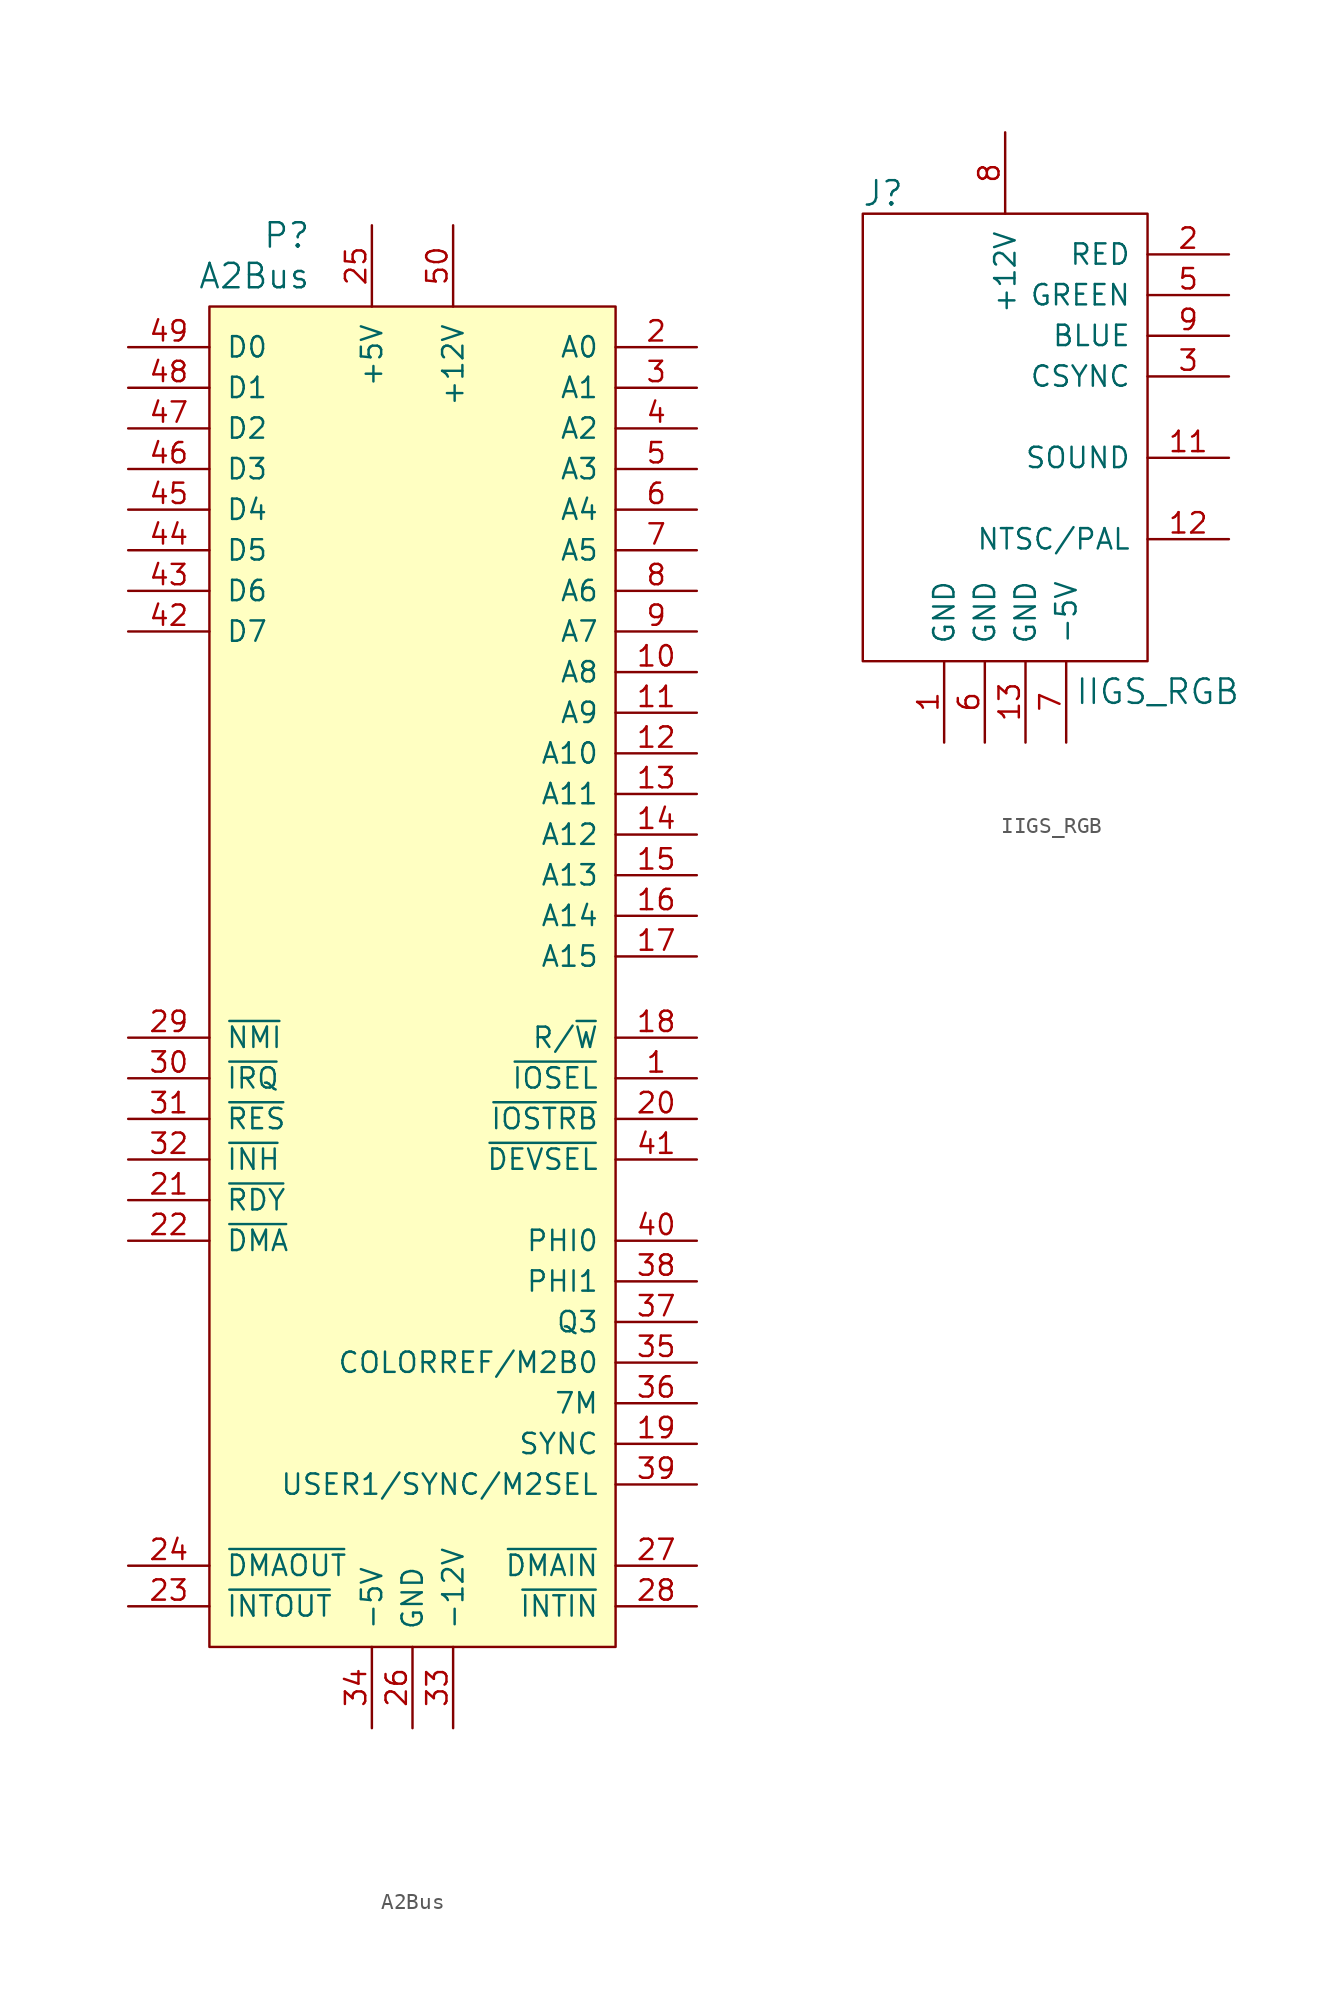
<source format=kicad_sym>
(kicad_symbol_lib
  (version 20220914)
  (generator kicad_symbol_editor)
  (symbol "A2Bus"
    (pin_names
      (offset 1.016))
    (property "Reference" "P"
      (at -6.35 45.085 0)
      (effects (font (size 1.524 1.524)) (justify right)))
    (property "Value" "A2Bus"
      (at -6.35 42.545 0)
      (effects (font (size 1.524 1.524)) (justify right)))
    (symbol "A2Bus_0_1"
      (rectangle (start -12.7 40.64) (end 12.7 -43.18) (stroke (width 0) (type solid)) (fill (type background))))
    (symbol "A2Bus_1_1"
      (pin output line (at 17.78 -7.62 180) (length 5.08) (name "~{IOSEL}" (effects (font (size 1.27 1.27)))) (number "1" (effects (font (size 1.27 1.27)))))
      (pin bidirectional line (at 17.78 17.78 180) (length 5.08) (name "A8" (effects (font (size 1.27 1.27)))) (number "10" (effects (font (size 1.27 1.27)))))
      (pin bidirectional line (at 17.78 15.24 180) (length 5.08) (name "A9" (effects (font (size 1.27 1.27)))) (number "11" (effects (font (size 1.27 1.27)))))
      (pin bidirectional line (at 17.78 12.7 180) (length 5.08) (name "A10" (effects (font (size 1.27 1.27)))) (number "12" (effects (font (size 1.27 1.27)))))
      (pin bidirectional line (at 17.78 10.16 180) (length 5.08) (name "A11" (effects (font (size 1.27 1.27)))) (number "13" (effects (font (size 1.27 1.27)))))
      (pin bidirectional line (at 17.78 7.62 180) (length 5.08) (name "A12" (effects (font (size 1.27 1.27)))) (number "14" (effects (font (size 1.27 1.27)))))
      (pin bidirectional line (at 17.78 5.08 180) (length 5.08) (name "A13" (effects (font (size 1.27 1.27)))) (number "15" (effects (font (size 1.27 1.27)))))
      (pin bidirectional line (at 17.78 2.54 180) (length 5.08) (name "A14" (effects (font (size 1.27 1.27)))) (number "16" (effects (font (size 1.27 1.27)))))
      (pin bidirectional line (at 17.78 0 180) (length 5.08) (name "A15" (effects (font (size 1.27 1.27)))) (number "17" (effects (font (size 1.27 1.27)))))
      (pin bidirectional line (at 17.78 -5.08 180) (length 5.08) (name "R/~{W}" (effects (font (size 1.27 1.27)))) (number "18" (effects (font (size 1.27 1.27)))))
      (pin output line (at 17.78 -30.48 180) (length 5.08) (name "SYNC" (effects (font (size 1.27 1.27)))) (number "19" (effects (font (size 1.27 1.27)))))
      (pin bidirectional line (at 17.78 38.1 180) (length 5.08) (name "A0" (effects (font (size 1.27 1.27)))) (number "2" (effects (font (size 1.27 1.27)))))
      (pin output line (at 17.78 -10.16 180) (length 5.08) (name "~{IOSTRB}" (effects (font (size 1.27 1.27)))) (number "20" (effects (font (size 1.27 1.27)))))
      (pin input line (at -17.78 -15.24 0) (length 5.08) (name "~{RDY}" (effects (font (size 1.27 1.27)))) (number "21" (effects (font (size 1.27 1.27)))))
      (pin input line (at -17.78 -17.78 0) (length 5.08) (name "~{DMA}" (effects (font (size 1.27 1.27)))) (number "22" (effects (font (size 1.27 1.27)))))
      (pin input line (at -17.78 -40.64 0) (length 5.08) (name "~{INTOUT}" (effects (font (size 1.27 1.27)))) (number "23" (effects (font (size 1.27 1.27)))))
      (pin input line (at -17.78 -38.1 0) (length 5.08) (name "~{DMAOUT}" (effects (font (size 1.27 1.27)))) (number "24" (effects (font (size 1.27 1.27)))))
      (pin power_out line (at -2.54 45.72 270) (length 5.08) (name "+5V" (effects (font (size 1.27 1.27)))) (number "25" (effects (font (size 1.27 1.27)))))
      (pin power_out line (at 0 -48.26 90) (length 5.08) (name "GND" (effects (font (size 1.27 1.27)))) (number "26" (effects (font (size 1.27 1.27)))))
      (pin output line (at 17.78 -38.1 180) (length 5.08) (name "~{DMAIN}" (effects (font (size 1.27 1.27)))) (number "27" (effects (font (size 1.27 1.27)))))
      (pin output line (at 17.78 -40.64 180) (length 5.08) (name "~{INTIN}" (effects (font (size 1.27 1.27)))) (number "28" (effects (font (size 1.27 1.27)))))
      (pin input line (at -17.78 -5.08 0) (length 5.08) (name "~{NMI}" (effects (font (size 1.27 1.27)))) (number "29" (effects (font (size 1.27 1.27)))))
      (pin bidirectional line (at 17.78 35.56 180) (length 5.08) (name "A1" (effects (font (size 1.27 1.27)))) (number "3" (effects (font (size 1.27 1.27)))))
      (pin input line (at -17.78 -7.62 0) (length 5.08) (name "~{IRQ}" (effects (font (size 1.27 1.27)))) (number "30" (effects (font (size 1.27 1.27)))))
      (pin bidirectional line (at -17.78 -10.16 0) (length 5.08) (name "~{RES}" (effects (font (size 1.27 1.27)))) (number "31" (effects (font (size 1.27 1.27)))))
      (pin input line (at -17.78 -12.7 0) (length 5.08) (name "~{INH}" (effects (font (size 1.27 1.27)))) (number "32" (effects (font (size 1.27 1.27)))))
      (pin power_out line (at 2.54 -48.26 90) (length 5.08) (name "-12V" (effects (font (size 1.27 1.27)))) (number "33" (effects (font (size 1.27 1.27)))))
      (pin power_out line (at -2.54 -48.26 90) (length 5.08) (name "-5V" (effects (font (size 1.27 1.27)))) (number "34" (effects (font (size 1.27 1.27)))))
      (pin output line (at 17.78 -25.4 180) (length 5.08) (name "COLORREF/M2B0" (effects (font (size 1.27 1.27)))) (number "35" (effects (font (size 1.27 1.27)))))
      (pin output line (at 17.78 -27.94 180) (length 5.08) (name "7M" (effects (font (size 1.27 1.27)))) (number "36" (effects (font (size 1.27 1.27)))))
      (pin output line (at 17.78 -22.86 180) (length 5.08) (name "Q3" (effects (font (size 1.27 1.27)))) (number "37" (effects (font (size 1.27 1.27)))))
      (pin output line (at 17.78 -20.32 180) (length 5.08) (name "PHI1" (effects (font (size 1.27 1.27)))) (number "38" (effects (font (size 1.27 1.27)))))
      (pin output line (at 17.78 -33.02 180) (length 5.08) (name "USER1/SYNC/M2SEL" (effects (font (size 1.27 1.27)))) (number "39" (effects (font (size 1.27 1.27)))))
      (pin bidirectional line (at 17.78 33.02 180) (length 5.08) (name "A2" (effects (font (size 1.27 1.27)))) (number "4" (effects (font (size 1.27 1.27)))))
      (pin output line (at 17.78 -17.78 180) (length 5.08) (name "PHI0" (effects (font (size 1.27 1.27)))) (number "40" (effects (font (size 1.27 1.27)))))
      (pin output line (at 17.78 -12.7 180) (length 5.08) (name "~{DEVSEL}" (effects (font (size 1.27 1.27)))) (number "41" (effects (font (size 1.27 1.27)))))
      (pin bidirectional line (at -17.78 20.32 0) (length 5.08) (name "D7" (effects (font (size 1.27 1.27)))) (number "42" (effects (font (size 1.27 1.27)))))
      (pin bidirectional line (at -17.78 22.86 0) (length 5.08) (name "D6" (effects (font (size 1.27 1.27)))) (number "43" (effects (font (size 1.27 1.27)))))
      (pin bidirectional line (at -17.78 25.4 0) (length 5.08) (name "D5" (effects (font (size 1.27 1.27)))) (number "44" (effects (font (size 1.27 1.27)))))
      (pin bidirectional line (at -17.78 27.94 0) (length 5.08) (name "D4" (effects (font (size 1.27 1.27)))) (number "45" (effects (font (size 1.27 1.27)))))
      (pin bidirectional line (at -17.78 30.48 0) (length 5.08) (name "D3" (effects (font (size 1.27 1.27)))) (number "46" (effects (font (size 1.27 1.27)))))
      (pin bidirectional line (at -17.78 33.02 0) (length 5.08) (name "D2" (effects (font (size 1.27 1.27)))) (number "47" (effects (font (size 1.27 1.27)))))
      (pin bidirectional line (at -17.78 35.56 0) (length 5.08) (name "D1" (effects (font (size 1.27 1.27)))) (number "48" (effects (font (size 1.27 1.27)))))
      (pin bidirectional line (at -17.78 38.1 0) (length 5.08) (name "D0" (effects (font (size 1.27 1.27)))) (number "49" (effects (font (size 1.27 1.27)))))
      (pin bidirectional line (at 17.78 30.48 180) (length 5.08) (name "A3" (effects (font (size 1.27 1.27)))) (number "5" (effects (font (size 1.27 1.27)))))
      (pin power_out line (at 2.54 45.72 270) (length 5.08) (name "+12V" (effects (font (size 1.27 1.27)))) (number "50" (effects (font (size 1.27 1.27)))))
      (pin bidirectional line (at 17.78 27.94 180) (length 5.08) (name "A4" (effects (font (size 1.27 1.27)))) (number "6" (effects (font (size 1.27 1.27)))))
      (pin bidirectional line (at 17.78 25.4 180) (length 5.08) (name "A5" (effects (font (size 1.27 1.27)))) (number "7" (effects (font (size 1.27 1.27)))))
      (pin bidirectional line (at 17.78 22.86 180) (length 5.08) (name "A6" (effects (font (size 1.27 1.27)))) (number "8" (effects (font (size 1.27 1.27)))))
      (pin bidirectional line (at 17.78 20.32 180) (length 5.08) (name "A7" (effects (font (size 1.27 1.27)))) (number "9" (effects (font (size 1.27 1.27)))))))
  (symbol "IIGS_RGB"
    (pin_names
      (offset 1.016))
    (property "Reference" "J"
      (at -7.62 15.24 0)
      (effects (font (size 1.524 1.524))))
    (property "Value" "IIGS_RGB"
      (at 9.525 -15.875 0)
      (effects (font (size 1.524 1.524))))
    (symbol "IIGS_RGB_0_1"
      (rectangle (start 8.89 13.97) (end -8.89 -13.97) (stroke (width 0) (type solid)) (fill (type none))))
    (symbol "IIGS_RGB_1_1"
      (pin passive line (at -3.81 -19.05 90) (length 5.08) (name "GND" (effects (font (size 1.27 1.27)))) (number "1" (effects (font (size 1.27 1.27)))))
      (pin no_connect line (at 13.97 -3.81 180) (length 5.08) hide (name "NC" (effects (font (size 1.27 1.27)))) (number "10" (effects (font (size 1.27 1.27)))))
      (pin passive line (at 13.97 -1.27 180) (length 5.08) (name "SOUND" (effects (font (size 1.27 1.27)))) (number "11" (effects (font (size 1.27 1.27)))))
      (pin passive line (at 13.97 -6.35 180) (length 5.08) (name "NTSC/PAL" (effects (font (size 1.27 1.27)))) (number "12" (effects (font (size 1.27 1.27)))))
      (pin passive line (at 1.27 -19.05 90) (length 5.08) (name "GND" (effects (font (size 1.27 1.27)))) (number "13" (effects (font (size 1.27 1.27)))))
      (pin no_connect line (at 13.97 -8.89 180) (length 5.08) hide (name "NC" (effects (font (size 1.27 1.27)))) (number "14" (effects (font (size 1.27 1.27)))))
      (pin no_connect line (at 13.97 -11.43 180) (length 5.08) hide (name "NC" (effects (font (size 1.27 1.27)))) (number "15" (effects (font (size 1.27 1.27)))))
      (pin passive line (at 13.97 11.43 180) (length 5.08) (name "RED" (effects (font (size 1.27 1.27)))) (number "2" (effects (font (size 1.27 1.27)))))
      (pin passive line (at 13.97 3.81 180) (length 5.08) (name "CSYNC" (effects (font (size 1.27 1.27)))) (number "3" (effects (font (size 1.27 1.27)))))
      (pin no_connect line (at 13.97 1.27 180) (length 5.08) hide (name "NC" (effects (font (size 1.27 1.27)))) (number "4" (effects (font (size 1.27 1.27)))))
      (pin passive line (at 13.97 8.89 180) (length 5.08) (name "GREEN" (effects (font (size 1.27 1.27)))) (number "5" (effects (font (size 1.27 1.27)))))
      (pin passive line (at -1.27 -19.05 90) (length 5.08) (name "GND" (effects (font (size 1.27 1.27)))) (number "6" (effects (font (size 1.27 1.27)))))
      (pin passive line (at 3.81 -19.05 90) (length 5.08) (name "-5V" (effects (font (size 1.27 1.27)))) (number "7" (effects (font (size 1.27 1.27)))))
      (pin passive line (at 0 19.05 270) (length 5.08) (name "+12V" (effects (font (size 1.27 1.27)))) (number "8" (effects (font (size 1.27 1.27)))))
      (pin passive line (at 13.97 6.35 180) (length 5.08) (name "BLUE" (effects (font (size 1.27 1.27)))) (number "9" (effects (font (size 1.27 1.27))))))))
</source>
